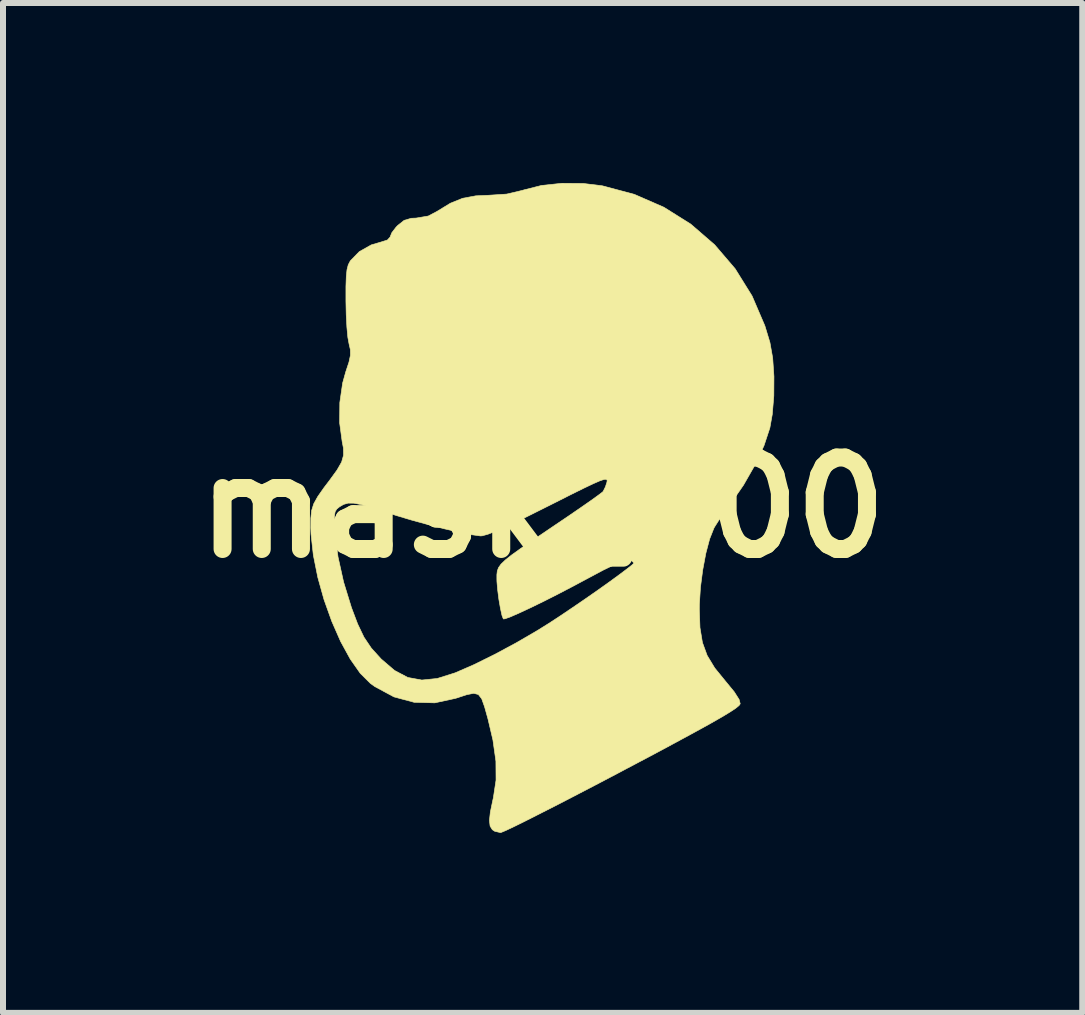
<source format=kicad_pcb>
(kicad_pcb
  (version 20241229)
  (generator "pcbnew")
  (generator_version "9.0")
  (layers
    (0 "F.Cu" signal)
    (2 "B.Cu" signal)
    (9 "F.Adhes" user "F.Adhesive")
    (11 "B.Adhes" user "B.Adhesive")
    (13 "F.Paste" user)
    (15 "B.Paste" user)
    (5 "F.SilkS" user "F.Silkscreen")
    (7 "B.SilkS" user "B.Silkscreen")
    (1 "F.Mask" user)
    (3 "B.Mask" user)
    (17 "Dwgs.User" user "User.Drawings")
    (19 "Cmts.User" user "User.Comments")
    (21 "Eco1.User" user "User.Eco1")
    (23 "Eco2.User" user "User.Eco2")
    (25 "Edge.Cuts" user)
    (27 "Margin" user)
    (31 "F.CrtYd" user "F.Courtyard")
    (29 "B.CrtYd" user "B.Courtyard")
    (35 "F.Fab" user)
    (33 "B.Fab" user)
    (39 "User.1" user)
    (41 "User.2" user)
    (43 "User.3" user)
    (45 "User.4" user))
  (footprint "mask_600"
    (layer "F.Cu")
    (at 5.994 5.411)
    (property "Reference" "mask_600" (at 0 0 0) (layer "F.SilkS") (effects (font (size 1.524 1.524) (thickness 0.3))))
    (attr through_hole)
    (fp_poly (pts (xy 0.679 -5.403) (xy 0.996 -5.364) (xy 1.528 -5.222) (xy 2.021 -5.007) (xy 2.469 -4.726) (xy 2.867 -4.382) (xy 3.21 -3.981) (xy 3.491 -3.529) (xy 3.705 -3.03) (xy 3.789 -2.753) (xy 3.835 -2.494) (xy 3.856 -2.186) (xy 3.854 -1.862) (xy 3.828 -1.553) (xy 3.788 -1.329) (xy 3.691 -1.035) (xy 3.54 -0.71) (xy 3.349 -0.376) (xy 3.144 -0.079) (xy 3.032 0.074) (xy 2.934 0.216) (xy 2.866 0.323) (xy 2.854 0.346) (xy 2.784 0.523) (xy 2.721 0.761) (xy 2.669 1.038) (xy 2.631 1.33) (xy 2.613 1.615) (xy 2.612 1.693) (xy 2.623 2) (xy 2.664 2.249) (xy 2.743 2.465) (xy 2.869 2.673) (xy 3.05 2.895) (xy 3.194 3.07) (xy 3.276 3.199) (xy 3.294 3.27) (xy 3.274 3.299) (xy 3.218 3.345) (xy 3.121 3.409) (xy 2.978 3.495) (xy 2.784 3.606) (xy 2.535 3.743) (xy 2.225 3.911) (xy 1.851 4.112) (xy 1.406 4.347) (xy 1.333 4.386) (xy 0.957 4.584) (xy 0.6 4.77) (xy 0.272 4.94) (xy -0.021 5.089) (xy -0.27 5.215) (xy -0.47 5.314) (xy -0.613 5.382) (xy -0.69 5.414) (xy -0.701 5.417) (xy -0.797 5.395) (xy -0.838 5.368) (xy -0.875 5.308) (xy -0.886 5.215) (xy -0.871 5.075) (xy -0.829 4.873) (xy -0.821 4.839) (xy -0.776 4.543) (xy -0.778 4.227) (xy -0.828 3.873) (xy -0.91 3.524) (xy -0.967 3.32) (xy -1.015 3.186) (xy -1.071 3.115) (xy -1.148 3.095) (xy -1.264 3.118) (xy -1.432 3.173) (xy -1.451 3.179) (xy -1.797 3.254) (xy -2.141 3.245) (xy -2.477 3.155) (xy -2.795 2.984) (xy -2.869 2.931) (xy -3.039 2.762) (xy -3.206 2.524) (xy -3.367 2.23) (xy -3.514 1.895) (xy -3.643 1.534) (xy -3.747 1.162) (xy -3.821 0.793) (xy -3.86 0.441) (xy -3.864 0.339) (xy -3.863 0.176) (xy -3.859 0.139) (xy -3.47 0.139) (xy -3.469 0.256) (xy -3.458 0.439) (xy -3.458 0.44) (xy -3.41 0.822) (xy -3.317 1.241) (xy -3.186 1.667) (xy -3.083 1.939) (xy -2.978 2.159) (xy -2.855 2.342) (xy -2.691 2.523) (xy -2.468 2.714) (xy -2.247 2.831) (xy -2.014 2.874) (xy -1.756 2.848) (xy -1.458 2.754) (xy -1.446 2.749) (xy -1.143 2.617) (xy -0.799 2.447) (xy -0.438 2.253) (xy -0.086 2.048) (xy 0.108 1.927) (xy 0.296 1.804) (xy 0.502 1.665) (xy 0.717 1.518) (xy 0.928 1.371) (xy 1.123 1.232) (xy 1.291 1.109) (xy 1.421 1.011) (xy 1.502 0.946) (xy 1.522 0.924) (xy 1.489 0.889) (xy 1.445 0.869) (xy 1.369 0.88) (xy 1.225 0.938) (xy 1.012 1.041) (xy 0.757 1.177) (xy 0.514 1.307) (xy 0.267 1.436) (xy 0.028 1.557) (xy -0.193 1.665) (xy -0.384 1.754) (xy -0.532 1.819) (xy -0.626 1.853) (xy -0.654 1.856) (xy -0.677 1.797) (xy -0.703 1.678) (xy -0.729 1.528) (xy -0.749 1.371) (xy -0.761 1.233) (xy -0.762 1.191) (xy -0.762 1.118) (xy -0.755 1.057) (xy -0.735 1.001) (xy -0.693 0.942) (xy -0.622 0.874) (xy -0.514 0.788) (xy -0.362 0.679) (xy -0.157 0.539) (xy 0.107 0.36) (xy 0.2 0.297) (xy 0.428 0.143) (xy 0.632 0.003) (xy 0.803 -0.116) (xy 0.928 -0.206) (xy 0.999 -0.26) (xy 1.009 -0.27) (xy 1.047 -0.346) (xy 1.073 -0.426) (xy 1.076 -0.456) (xy 1.063 -0.472) (xy 1.025 -0.47) (xy 0.955 -0.447) (xy 0.845 -0.399) (xy 0.685 -0.323) (xy 0.469 -0.216) (xy 0.188 -0.074) (xy 0.094 -0.027) (xy -0.256 0.148) (xy -0.537 0.283) (xy -0.753 0.381) (xy -0.909 0.443) (xy -1.007 0.47) (xy -1.036 0.472) (xy -1.18 0.452) (xy -1.385 0.411) (xy -1.634 0.354) (xy -1.906 0.284) (xy -2.183 0.208) (xy -2.447 0.129) (xy -2.594 0.082) (xy -2.837 0.003) (xy -3.017 -0.049) (xy -3.146 -0.074) (xy -3.241 -0.075) (xy -3.316 -0.054) (xy -3.383 -0.015) (xy -3.43 0.023) (xy -3.458 0.068) (xy -3.47 0.139) (xy -3.859 0.139) (xy -3.85 0.049) (xy -3.815 -0.063) (xy -3.749 -0.182) (xy -3.645 -0.331) (xy -3.549 -0.457) (xy -3.425 -0.628) (xy -3.35 -0.759) (xy -3.318 -0.873) (xy -3.32 -0.993) (xy -3.341 -1.102) (xy -3.383 -1.413) (xy -3.38 -1.75) (xy -3.333 -2.076) (xy -3.281 -2.263) (xy -3.227 -2.426) (xy -3.203 -2.539) (xy -3.204 -2.633) (xy -3.226 -2.729) (xy -3.246 -2.837) (xy -3.262 -3.007) (xy -3.273 -3.216) (xy -3.278 -3.441) (xy -3.278 -3.45) (xy -3.278 -3.685) (xy -3.272 -3.852) (xy -3.26 -3.967) (xy -3.239 -4.048) (xy -3.207 -4.109) (xy -3.202 -4.116) (xy -3.055 -4.267) (xy -2.856 -4.379) (xy -2.699 -4.425) (xy -2.586 -4.461) (xy -2.54 -4.512) (xy -2.54 -4.516) (xy -2.512 -4.584) (xy -2.442 -4.675) (xy -2.416 -4.702) (xy -2.308 -4.788) (xy -2.188 -4.823) (xy -2.109 -4.826) (xy -1.906 -4.86) (xy -1.764 -4.935) (xy -1.538 -5.073) (xy -1.333 -5.156) (xy -1.113 -5.197) (xy -0.906 -5.206) (xy -0.599 -5.226) (xy -0.336 -5.288) (xy -0.314 -5.295) (xy -0.018 -5.37) (xy 0.323 -5.406) (xy 0.679 -5.403)) (stroke (width 0.01) (type solid)) (fill yes) (layer "F.SilkS")))
  (gr_rect
    (start -3 -3)
    (end 14.989 13.833)
    (stroke (width 0.1) (type default))
    (fill no)
    (layer "Edge.Cuts")))
</source>
